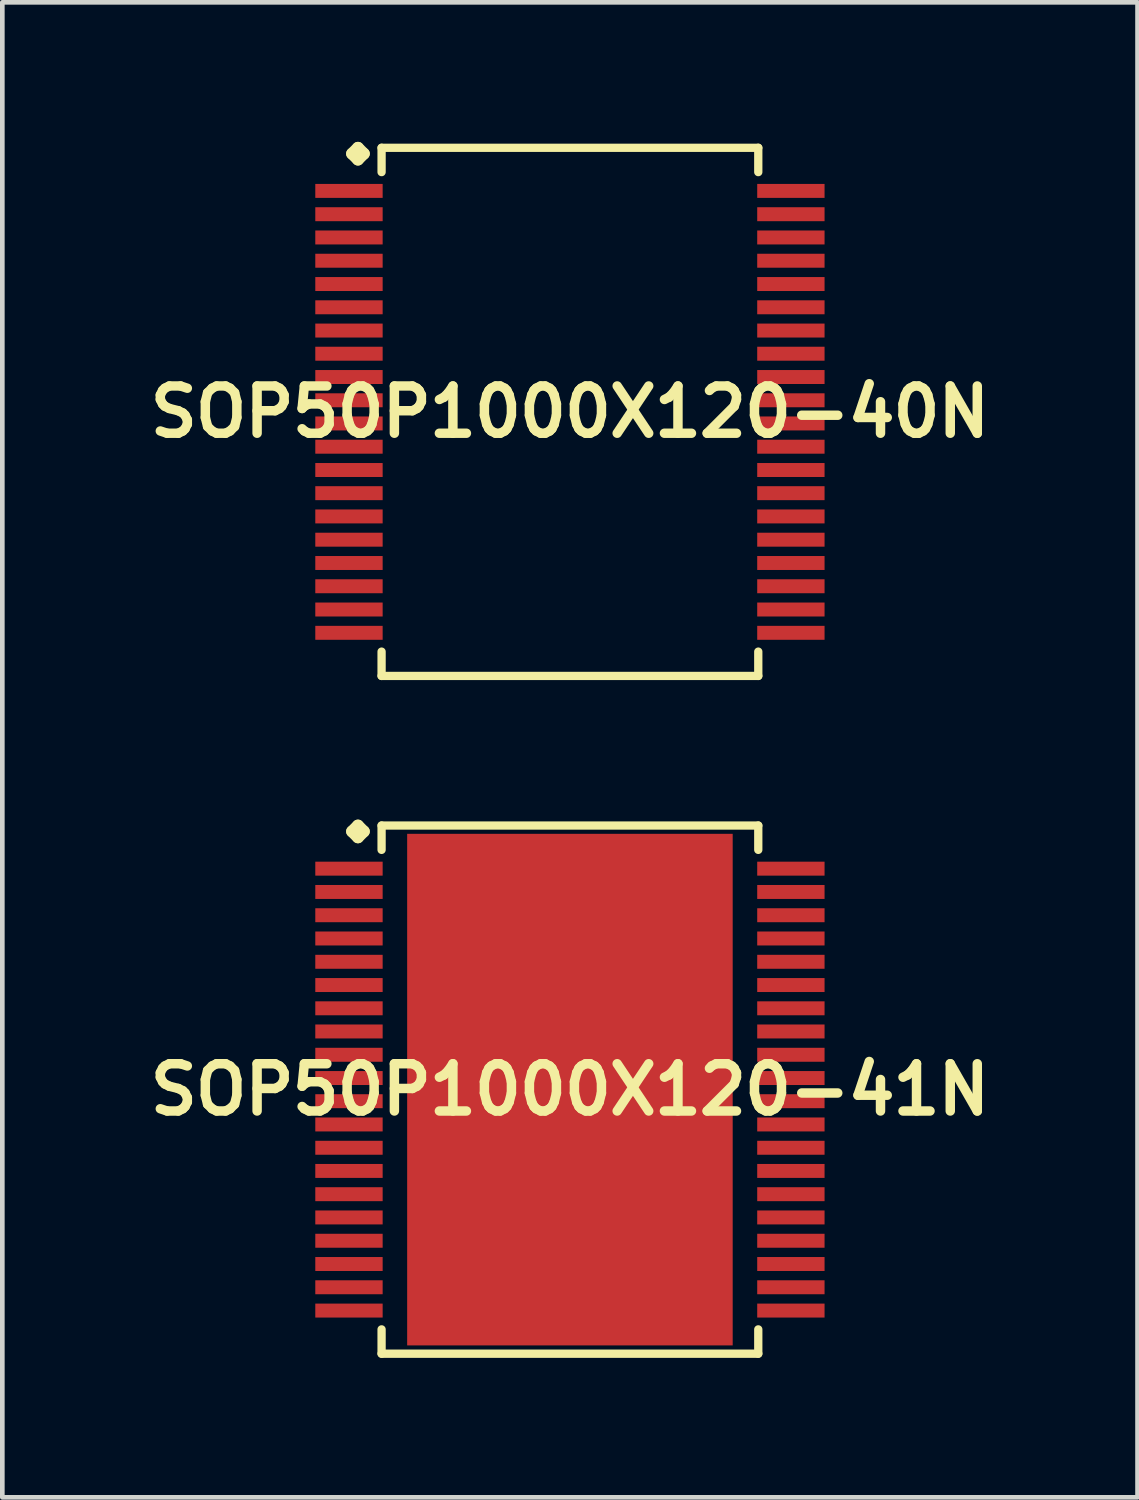
<source format=kicad_pcb>
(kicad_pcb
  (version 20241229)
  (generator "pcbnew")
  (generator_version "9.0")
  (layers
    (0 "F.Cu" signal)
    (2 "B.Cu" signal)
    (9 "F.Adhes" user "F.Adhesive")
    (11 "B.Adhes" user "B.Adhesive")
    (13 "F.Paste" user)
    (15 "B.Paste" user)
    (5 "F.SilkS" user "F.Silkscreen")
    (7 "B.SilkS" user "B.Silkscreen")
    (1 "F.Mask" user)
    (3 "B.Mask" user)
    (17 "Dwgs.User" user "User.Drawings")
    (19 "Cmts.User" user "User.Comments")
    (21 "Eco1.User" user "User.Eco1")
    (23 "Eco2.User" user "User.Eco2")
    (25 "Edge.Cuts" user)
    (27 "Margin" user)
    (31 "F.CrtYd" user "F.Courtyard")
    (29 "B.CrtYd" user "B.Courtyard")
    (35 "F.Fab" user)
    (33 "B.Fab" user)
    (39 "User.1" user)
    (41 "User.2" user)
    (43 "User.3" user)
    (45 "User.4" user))
  (footprint "SOP50P1000X120-41N"
    (layer "F.Cu")
    (at 9.202 20.374)
    (property "Reference" "SOP50P1000X120-41N" (at 0 0 0) (layer "F.SilkS") (effects (font (size 1.016 1.016) (thickness 0.203))))
    (attr smd)
    (fp_line (start -4.684 -5.55) (end -4.557 -5.677) (stroke (width 0.254) (type solid)) (layer "F.SilkS"))
    (fp_line (start -4.557 -5.677) (end -4.43 -5.55) (stroke (width 0.254) (type solid)) (layer "F.SilkS"))
    (fp_line (start -4.557 -5.423) (end -4.684 -5.55) (stroke (width 0.254) (type solid)) (layer "F.SilkS"))
    (fp_line (start -4.43 -5.55) (end -4.557 -5.423) (stroke (width 0.254) (type solid)) (layer "F.SilkS"))
    (fp_line (start -4.049 -5.677) (end 4.049 -5.677) (stroke (width 0.178) (type solid)) (layer "F.SilkS"))
    (fp_line (start -4.049 -5.154) (end -4.049 -5.677) (stroke (width 0.178) (type solid)) (layer "F.SilkS"))
    (fp_line (start -4.049 5.154) (end -4.049 5.677) (stroke (width 0.178) (type solid)) (layer "F.SilkS"))
    (fp_line (start -4.049 5.677) (end 4.049 5.677) (stroke (width 0.178) (type solid)) (layer "F.SilkS"))
    (fp_line (start 4.049 -5.677) (end 4.049 -5.154) (stroke (width 0.178) (type solid)) (layer "F.SilkS"))
    (fp_line (start 4.049 5.677) (end 4.049 5.154) (stroke (width 0.178) (type solid)) (layer "F.SilkS"))
    (pad "1" smd rect (at -4.75 -4.75) (size 1.448 0.3) (layers "F.Cu" "F.Mask" "F.Paste"))
    (pad "2" smd rect (at -4.75 -4.249) (size 1.448 0.3) (layers "F.Cu" "F.Mask" "F.Paste"))
    (pad "3" smd rect (at -4.75 -3.749) (size 1.448 0.3) (layers "F.Cu" "F.Mask" "F.Paste"))
    (pad "4" smd rect (at -4.75 -3.249) (size 1.448 0.3) (layers "F.Cu" "F.Mask" "F.Paste"))
    (pad "5" smd rect (at -4.75 -2.748) (size 1.448 0.3) (layers "F.Cu" "F.Mask" "F.Paste"))
    (pad "6" smd rect (at -4.75 -2.248) (size 1.448 0.3) (layers "F.Cu" "F.Mask" "F.Paste"))
    (pad "7" smd rect (at -4.75 -1.748) (size 1.448 0.3) (layers "F.Cu" "F.Mask" "F.Paste"))
    (pad "8" smd rect (at -4.75 -1.25) (size 1.448 0.3) (layers "F.Cu" "F.Mask" "F.Paste"))
    (pad "9" smd rect (at -4.75 -0.749) (size 1.448 0.3) (layers "F.Cu" "F.Mask" "F.Paste"))
    (pad "10" smd rect (at -4.75 -0.249) (size 1.448 0.3) (layers "F.Cu" "F.Mask" "F.Paste"))
    (pad "11" smd rect (at -4.75 0.249) (size 1.448 0.3) (layers "F.Cu" "F.Mask" "F.Paste"))
    (pad "12" smd rect (at -4.75 0.749) (size 1.448 0.3) (layers "F.Cu" "F.Mask" "F.Paste"))
    (pad "13" smd rect (at -4.75 1.25) (size 1.448 0.3) (layers "F.Cu" "F.Mask" "F.Paste"))
    (pad "14" smd rect (at -4.75 1.748) (size 1.448 0.3) (layers "F.Cu" "F.Mask" "F.Paste"))
    (pad "15" smd rect (at -4.75 2.248) (size 1.448 0.3) (layers "F.Cu" "F.Mask" "F.Paste"))
    (pad "16" smd rect (at -4.75 2.748) (size 1.448 0.3) (layers "F.Cu" "F.Mask" "F.Paste"))
    (pad "17" smd rect (at -4.75 3.249) (size 1.448 0.3) (layers "F.Cu" "F.Mask" "F.Paste"))
    (pad "18" smd rect (at -4.75 3.749) (size 1.448 0.3) (layers "F.Cu" "F.Mask" "F.Paste"))
    (pad "19" smd rect (at -4.75 4.249) (size 1.448 0.3) (layers "F.Cu" "F.Mask" "F.Paste"))
    (pad "20" smd rect (at -4.75 4.75) (size 1.448 0.3) (layers "F.Cu" "F.Mask" "F.Paste"))
    (pad "21" smd rect (at 4.75 4.75) (size 1.448 0.3) (layers "F.Cu" "F.Mask" "F.Paste"))
    (pad "22" smd rect (at 4.75 4.249) (size 1.448 0.3) (layers "F.Cu" "F.Mask" "F.Paste"))
    (pad "23" smd rect (at 4.75 3.749) (size 1.448 0.3) (layers "F.Cu" "F.Mask" "F.Paste"))
    (pad "24" smd rect (at 4.75 3.249) (size 1.448 0.3) (layers "F.Cu" "F.Mask" "F.Paste"))
    (pad "25" smd rect (at 4.75 2.748) (size 1.448 0.3) (layers "F.Cu" "F.Mask" "F.Paste"))
    (pad "26" smd rect (at 4.75 2.248) (size 1.448 0.3) (layers "F.Cu" "F.Mask" "F.Paste"))
    (pad "27" smd rect (at 4.75 1.748) (size 1.448 0.3) (layers "F.Cu" "F.Mask" "F.Paste"))
    (pad "28" smd rect (at 4.75 1.25) (size 1.448 0.3) (layers "F.Cu" "F.Mask" "F.Paste"))
    (pad "29" smd rect (at 4.75 0.749) (size 1.448 0.3) (layers "F.Cu" "F.Mask" "F.Paste"))
    (pad "30" smd rect (at 4.75 0.249) (size 1.448 0.3) (layers "F.Cu" "F.Mask" "F.Paste"))
    (pad "31" smd rect (at 4.75 -0.249) (size 1.448 0.3) (layers "F.Cu" "F.Mask" "F.Paste"))
    (pad "32" smd rect (at 4.75 -0.749) (size 1.448 0.3) (layers "F.Cu" "F.Mask" "F.Paste"))
    (pad "33" smd rect (at 4.75 -1.25) (size 1.448 0.3) (layers "F.Cu" "F.Mask" "F.Paste"))
    (pad "34" smd rect (at 4.75 -1.748) (size 1.448 0.3) (layers "F.Cu" "F.Mask" "F.Paste"))
    (pad "35" smd rect (at 4.75 -2.248) (size 1.448 0.3) (layers "F.Cu" "F.Mask" "F.Paste"))
    (pad "36" smd rect (at 4.75 -2.748) (size 1.448 0.3) (layers "F.Cu" "F.Mask" "F.Paste"))
    (pad "37" smd rect (at 4.75 -3.249) (size 1.448 0.3) (layers "F.Cu" "F.Mask" "F.Paste"))
    (pad "38" smd rect (at 4.75 -3.749) (size 1.448 0.3) (layers "F.Cu" "F.Mask" "F.Paste"))
    (pad "39" smd rect (at 4.75 -4.249) (size 1.448 0.3) (layers "F.Cu" "F.Mask" "F.Paste"))
    (pad "40" smd rect (at 4.75 -4.75) (size 1.448 0.3) (layers "F.Cu" "F.Mask" "F.Paste"))
    (pad "41" smd rect (at 0 0) (size 6.998 10.998) (layers "F.Cu" "F.Mask" "F.Paste")))
  (footprint "SOP50P1000X120-40N"
    (layer "F.Cu")
    (at 9.202 5.804)
    (property "Reference" "SOP50P1000X120-40N" (at 0 0 0) (layer "F.SilkS") (effects (font (size 1.016 1.016) (thickness 0.203))))
    (attr smd)
    (fp_line (start -4.684 -5.55) (end -4.557 -5.677) (stroke (width 0.254) (type solid)) (layer "F.SilkS"))
    (fp_line (start -4.557 -5.677) (end -4.43 -5.55) (stroke (width 0.254) (type solid)) (layer "F.SilkS"))
    (fp_line (start -4.557 -5.423) (end -4.684 -5.55) (stroke (width 0.254) (type solid)) (layer "F.SilkS"))
    (fp_line (start -4.43 -5.55) (end -4.557 -5.423) (stroke (width 0.254) (type solid)) (layer "F.SilkS"))
    (fp_line (start -4.049 -5.677) (end 4.049 -5.677) (stroke (width 0.178) (type solid)) (layer "F.SilkS"))
    (fp_line (start -4.049 -5.154) (end -4.049 -5.677) (stroke (width 0.178) (type solid)) (layer "F.SilkS"))
    (fp_line (start -4.049 5.154) (end -4.049 5.677) (stroke (width 0.178) (type solid)) (layer "F.SilkS"))
    (fp_line (start -4.049 5.677) (end 4.049 5.677) (stroke (width 0.178) (type solid)) (layer "F.SilkS"))
    (fp_line (start 4.049 -5.677) (end 4.049 -5.154) (stroke (width 0.178) (type solid)) (layer "F.SilkS"))
    (fp_line (start 4.049 5.677) (end 4.049 5.154) (stroke (width 0.178) (type solid)) (layer "F.SilkS"))
    (pad "1" smd rect (at -4.75 -4.75) (size 1.448 0.3) (layers "F.Cu" "F.Mask" "F.Paste"))
    (pad "2" smd rect (at -4.75 -4.249) (size 1.448 0.3) (layers "F.Cu" "F.Mask" "F.Paste"))
    (pad "3" smd rect (at -4.75 -3.749) (size 1.448 0.3) (layers "F.Cu" "F.Mask" "F.Paste"))
    (pad "4" smd rect (at -4.75 -3.249) (size 1.448 0.3) (layers "F.Cu" "F.Mask" "F.Paste"))
    (pad "5" smd rect (at -4.75 -2.748) (size 1.448 0.3) (layers "F.Cu" "F.Mask" "F.Paste"))
    (pad "6" smd rect (at -4.75 -2.248) (size 1.448 0.3) (layers "F.Cu" "F.Mask" "F.Paste"))
    (pad "7" smd rect (at -4.75 -1.748) (size 1.448 0.3) (layers "F.Cu" "F.Mask" "F.Paste"))
    (pad "8" smd rect (at -4.75 -1.25) (size 1.448 0.3) (layers "F.Cu" "F.Mask" "F.Paste"))
    (pad "9" smd rect (at -4.75 -0.749) (size 1.448 0.3) (layers "F.Cu" "F.Mask" "F.Paste"))
    (pad "10" smd rect (at -4.75 -0.249) (size 1.448 0.3) (layers "F.Cu" "F.Mask" "F.Paste"))
    (pad "11" smd rect (at -4.75 0.249) (size 1.448 0.3) (layers "F.Cu" "F.Mask" "F.Paste"))
    (pad "12" smd rect (at -4.75 0.749) (size 1.448 0.3) (layers "F.Cu" "F.Mask" "F.Paste"))
    (pad "13" smd rect (at -4.75 1.25) (size 1.448 0.3) (layers "F.Cu" "F.Mask" "F.Paste"))
    (pad "14" smd rect (at -4.75 1.748) (size 1.448 0.3) (layers "F.Cu" "F.Mask" "F.Paste"))
    (pad "15" smd rect (at -4.75 2.248) (size 1.448 0.3) (layers "F.Cu" "F.Mask" "F.Paste"))
    (pad "16" smd rect (at -4.75 2.748) (size 1.448 0.3) (layers "F.Cu" "F.Mask" "F.Paste"))
    (pad "17" smd rect (at -4.75 3.249) (size 1.448 0.3) (layers "F.Cu" "F.Mask" "F.Paste"))
    (pad "18" smd rect (at -4.75 3.749) (size 1.448 0.3) (layers "F.Cu" "F.Mask" "F.Paste"))
    (pad "19" smd rect (at -4.75 4.249) (size 1.448 0.3) (layers "F.Cu" "F.Mask" "F.Paste"))
    (pad "20" smd rect (at -4.75 4.75) (size 1.448 0.3) (layers "F.Cu" "F.Mask" "F.Paste"))
    (pad "21" smd rect (at 4.75 4.75) (size 1.448 0.3) (layers "F.Cu" "F.Mask" "F.Paste"))
    (pad "22" smd rect (at 4.75 4.249) (size 1.448 0.3) (layers "F.Cu" "F.Mask" "F.Paste"))
    (pad "23" smd rect (at 4.75 3.749) (size 1.448 0.3) (layers "F.Cu" "F.Mask" "F.Paste"))
    (pad "24" smd rect (at 4.75 3.249) (size 1.448 0.3) (layers "F.Cu" "F.Mask" "F.Paste"))
    (pad "25" smd rect (at 4.75 2.748) (size 1.448 0.3) (layers "F.Cu" "F.Mask" "F.Paste"))
    (pad "26" smd rect (at 4.75 2.248) (size 1.448 0.3) (layers "F.Cu" "F.Mask" "F.Paste"))
    (pad "27" smd rect (at 4.75 1.748) (size 1.448 0.3) (layers "F.Cu" "F.Mask" "F.Paste"))
    (pad "28" smd rect (at 4.75 1.25) (size 1.448 0.3) (layers "F.Cu" "F.Mask" "F.Paste"))
    (pad "29" smd rect (at 4.75 0.749) (size 1.448 0.3) (layers "F.Cu" "F.Mask" "F.Paste"))
    (pad "30" smd rect (at 4.75 0.249) (size 1.448 0.3) (layers "F.Cu" "F.Mask" "F.Paste"))
    (pad "31" smd rect (at 4.75 -0.249) (size 1.448 0.3) (layers "F.Cu" "F.Mask" "F.Paste"))
    (pad "32" smd rect (at 4.75 -0.749) (size 1.448 0.3) (layers "F.Cu" "F.Mask" "F.Paste"))
    (pad "33" smd rect (at 4.75 -1.25) (size 1.448 0.3) (layers "F.Cu" "F.Mask" "F.Paste"))
    (pad "34" smd rect (at 4.75 -1.748) (size 1.448 0.3) (layers "F.Cu" "F.Mask" "F.Paste"))
    (pad "35" smd rect (at 4.75 -2.248) (size 1.448 0.3) (layers "F.Cu" "F.Mask" "F.Paste"))
    (pad "36" smd rect (at 4.75 -2.748) (size 1.448 0.3) (layers "F.Cu" "F.Mask" "F.Paste"))
    (pad "37" smd rect (at 4.75 -3.249) (size 1.448 0.3) (layers "F.Cu" "F.Mask" "F.Paste"))
    (pad "38" smd rect (at 4.75 -3.749) (size 1.448 0.3) (layers "F.Cu" "F.Mask" "F.Paste"))
    (pad "39" smd rect (at 4.75 -4.249) (size 1.448 0.3) (layers "F.Cu" "F.Mask" "F.Paste"))
    (pad "40" smd rect (at 4.75 -4.75) (size 1.448 0.3) (layers "F.Cu" "F.Mask" "F.Paste")))
  (gr_rect
    (start -3 -3)
    (end 21.404 29.139)
    (stroke (width 0.1) (type default))
    (fill no)
    (layer "Edge.Cuts")))
</source>
